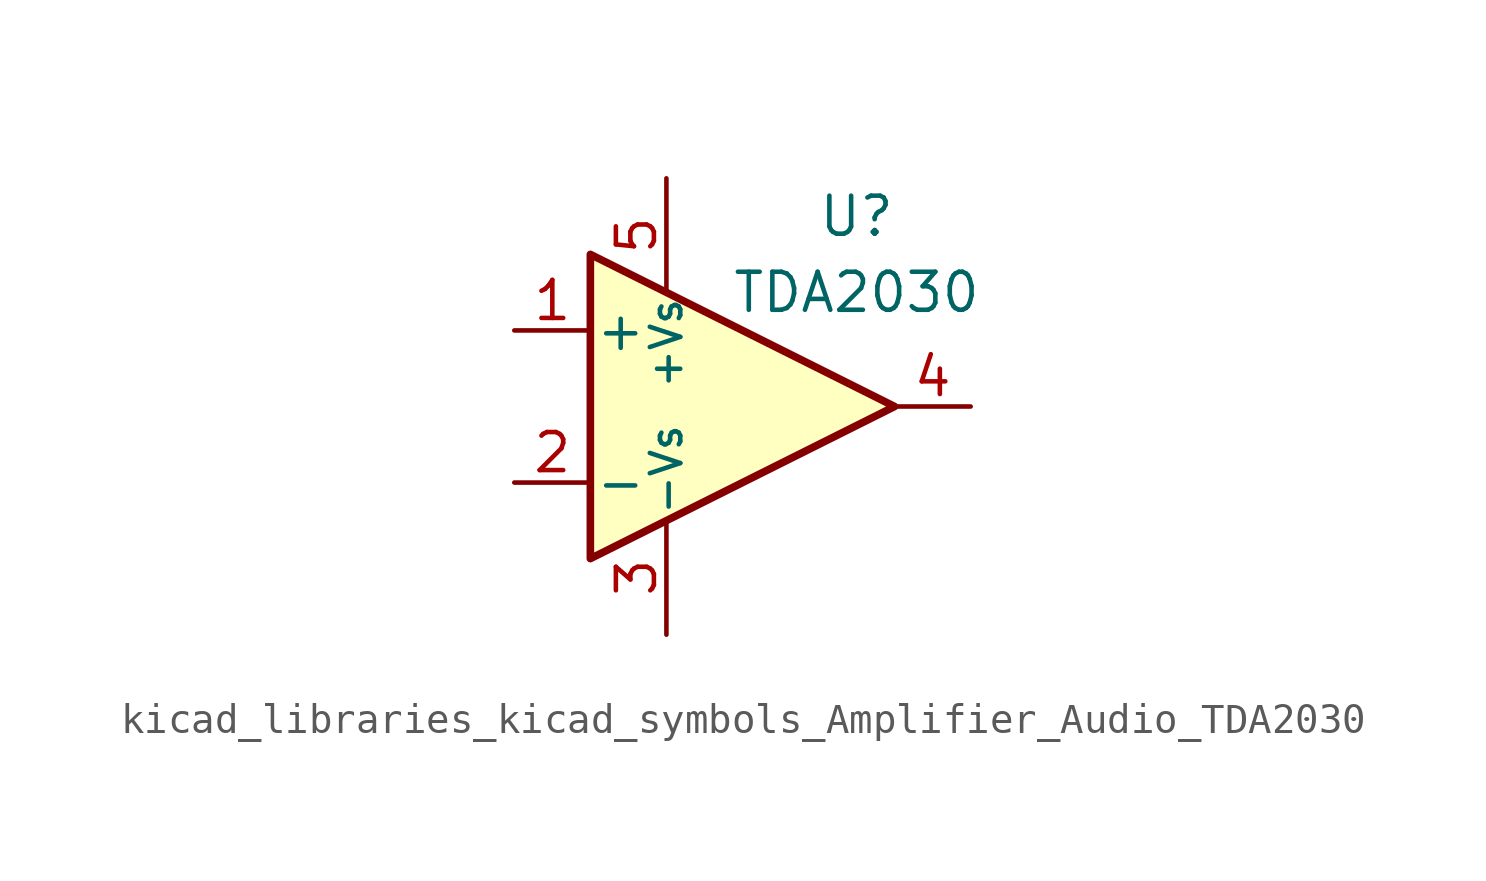
<source format=kicad_sym>
(kicad_symbol_lib
  (version 20220914)
  (generator kicad_symbol_editor)
  (symbol "kicad_libraries_kicad_symbols_Amplifier_Audio_TDA2030"
    (pin_names
      (offset 0.127))
    (property "Reference" "U"
      (at 3.81 6.35 0)
      (effects (font (size 1.27 1.27))))
    (property "Value" "TDA2030"
      (at 3.81 3.81 0)
      (effects (font (size 1.27 1.27))))
    (symbol "kicad_libraries_kicad_symbols_Amplifier_Audio_TDA2030_0_1"
      (polyline (pts (xy -5.08 5.08) (xy 5.08 0) (xy -5.08 -5.08) (xy -5.08 5.08)) (stroke (width 0.254) (type default)) (fill (type background))))
    (symbol "kicad_libraries_kicad_symbols_Amplifier_Audio_TDA2030_1_1"
      (pin input line (at -7.62 2.54 0) (length 2.54) (name "+" (effects (font (size 1.27 1.27)))) (number "1" (effects (font (size 1.27 1.27)))))
      (pin input line (at -7.62 -2.54 0) (length 2.54) (name "-" (effects (font (size 1.27 1.27)))) (number "2" (effects (font (size 1.27 1.27)))))
      (pin power_in line (at -2.54 -7.62 90) (length 3.81) (name "-Vs" (effects (font (size 1.016 1.016)))) (number "3" (effects (font (size 1.27 1.27)))))
      (pin output line (at 7.62 0 180) (length 2.54) (name "~" (effects (font (size 1.27 1.27)))) (number "4" (effects (font (size 1.27 1.27)))))
      (pin power_in line (at -2.54 7.62 270) (length 3.81) (name "+Vs" (effects (font (size 1.016 1.016)))) (number "5" (effects (font (size 1.27 1.27))))))))
</source>
